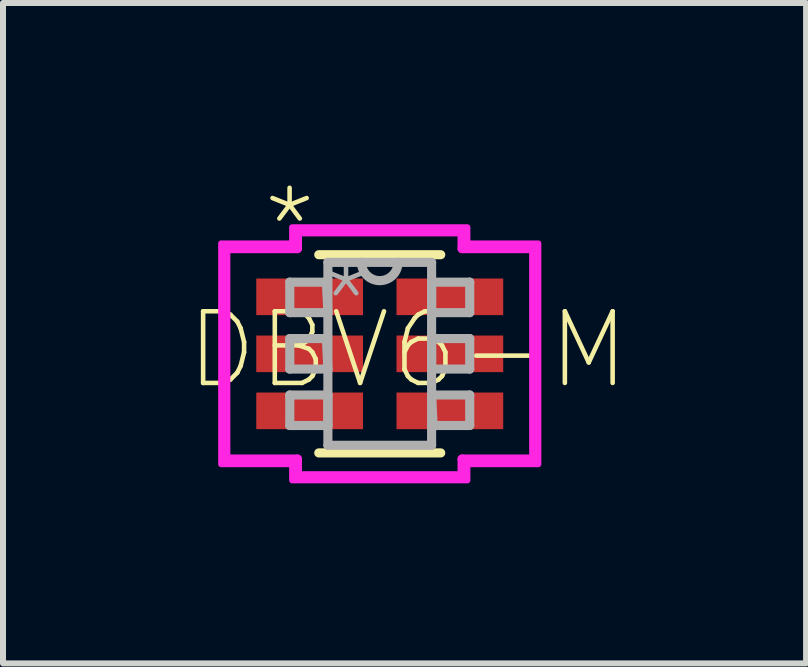
<source format=kicad_pcb>
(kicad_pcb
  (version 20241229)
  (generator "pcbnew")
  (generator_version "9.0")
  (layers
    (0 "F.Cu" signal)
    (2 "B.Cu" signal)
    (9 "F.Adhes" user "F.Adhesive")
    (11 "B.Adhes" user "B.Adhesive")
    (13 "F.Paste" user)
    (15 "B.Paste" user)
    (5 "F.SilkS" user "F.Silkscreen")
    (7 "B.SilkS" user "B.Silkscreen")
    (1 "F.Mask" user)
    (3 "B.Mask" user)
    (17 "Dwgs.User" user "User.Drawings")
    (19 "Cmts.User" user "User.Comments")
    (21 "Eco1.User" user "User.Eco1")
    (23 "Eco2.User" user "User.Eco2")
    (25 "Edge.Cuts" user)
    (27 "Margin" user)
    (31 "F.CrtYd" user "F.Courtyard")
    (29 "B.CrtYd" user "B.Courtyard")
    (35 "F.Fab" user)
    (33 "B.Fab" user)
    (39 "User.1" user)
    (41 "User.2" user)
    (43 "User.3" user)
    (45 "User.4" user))
  (footprint "DBV6-M"
    (layer "F.Cu")
    (at 3.277 2.845)
    (property "Reference" "DBV6-M" (at -3.277 0.635 0) (layer "F.SilkS") (effects (font (size 1.194 1.194) (thickness 0.076)) (justify left bottom)))
    (fp_line (start -1.016 1.651) (end 1.016 1.651) (stroke (width 0.152) (type solid)) (layer "F.SilkS"))
    (fp_line (start 1.016 -1.651) (end -1.016 -1.651) (stroke (width 0.152) (type solid)) (layer "F.SilkS"))
    (fp_line (start -2.565 -1.753) (end -1.372 -1.753) (stroke (width 0.152) (type solid)) (layer "F.CrtYd"))
    (fp_line (start -2.565 1.753) (end -2.565 -1.753) (stroke (width 0.152) (type solid)) (layer "F.CrtYd"))
    (fp_line (start -2.565 1.753) (end -1.372 1.753) (stroke (width 0.152) (type solid)) (layer "F.CrtYd"))
    (fp_line (start -1.372 -2.032) (end 1.372 -2.032) (stroke (width 0.152) (type solid)) (layer "F.CrtYd"))
    (fp_line (start -1.372 -1.753) (end -1.372 -2.032) (stroke (width 0.152) (type solid)) (layer "F.CrtYd"))
    (fp_line (start -1.372 2.032) (end -1.372 1.753) (stroke (width 0.152) (type solid)) (layer "F.CrtYd"))
    (fp_line (start 1.372 -2.032) (end 1.372 -1.753) (stroke (width 0.152) (type solid)) (layer "F.CrtYd"))
    (fp_line (start 1.372 1.753) (end 1.372 2.032) (stroke (width 0.152) (type solid)) (layer "F.CrtYd"))
    (fp_line (start 1.372 2.032) (end -1.372 2.032) (stroke (width 0.152) (type solid)) (layer "F.CrtYd"))
    (fp_line (start 2.565 -1.753) (end 1.372 -1.753) (stroke (width 0.152) (type solid)) (layer "F.CrtYd"))
    (fp_line (start 2.565 -1.753) (end 2.565 1.753) (stroke (width 0.152) (type solid)) (layer "F.CrtYd"))
    (fp_line (start 2.565 1.753) (end 1.372 1.753) (stroke (width 0.152) (type solid)) (layer "F.CrtYd"))
    (fp_poly (pts (xy 1.46 -1.839) (xy 2.642 -1.839) (xy 2.642 1.839) (xy 1.46 1.839) (xy 1.46 2.108) (xy -1.46 2.108) (xy -1.46 1.839) (xy -2.642 1.839) (xy -2.642 -1.839) (xy -1.46 -1.839) (xy -1.46 -2.108) (xy 1.46 -2.108)) (stroke (width 0.1) (type default)) (fill no) (layer "F.CrtYd"))
    (fp_line (start -1.499 -1.194) (end -1.499 -0.686) (stroke (width 0.152) (type solid)) (layer "F.Fab"))
    (fp_line (start -1.499 -0.686) (end -0.864 -0.686) (stroke (width 0.152) (type solid)) (layer "F.Fab"))
    (fp_line (start -1.499 -0.254) (end -1.499 0.254) (stroke (width 0.152) (type solid)) (layer "F.Fab"))
    (fp_line (start -1.499 0.254) (end -0.864 0.254) (stroke (width 0.152) (type solid)) (layer "F.Fab"))
    (fp_line (start -1.499 0.686) (end -1.499 1.194) (stroke (width 0.152) (type solid)) (layer "F.Fab"))
    (fp_line (start -1.499 1.194) (end -0.864 1.194) (stroke (width 0.152) (type solid)) (layer "F.Fab"))
    (fp_line (start -0.889 -1.194) (end -1.499 -1.194) (stroke (width 0.152) (type solid)) (layer "F.Fab"))
    (fp_line (start -0.889 -0.254) (end -1.499 -0.254) (stroke (width 0.152) (type solid)) (layer "F.Fab"))
    (fp_line (start -0.864 -1.524) (end -0.864 1.524) (stroke (width 0.152) (type solid)) (layer "F.Fab"))
    (fp_line (start -0.864 -0.686) (end -0.889 -1.194) (stroke (width 0.152) (type solid)) (layer "F.Fab"))
    (fp_line (start -0.864 0.254) (end -0.889 -0.254) (stroke (width 0.152) (type solid)) (layer "F.Fab"))
    (fp_line (start -0.864 0.686) (end -1.499 0.686) (stroke (width 0.152) (type solid)) (layer "F.Fab"))
    (fp_line (start -0.864 1.194) (end -0.864 0.686) (stroke (width 0.152) (type solid)) (layer "F.Fab"))
    (fp_line (start -0.864 1.524) (end 0.864 1.524) (stroke (width 0.152) (type solid)) (layer "F.Fab"))
    (fp_line (start -0.305 -1.524) (end -0.864 -1.524) (stroke (width 0.152) (type solid)) (layer "F.Fab"))
    (fp_line (start 0.305 -1.524) (end -0.305 -1.524) (stroke (width 0.152) (type solid)) (layer "F.Fab"))
    (fp_line (start 0.864 -1.524) (end 0.305 -1.524) (stroke (width 0.152) (type solid)) (layer "F.Fab"))
    (fp_line (start 0.864 -1.194) (end 0.864 -0.686) (stroke (width 0.152) (type solid)) (layer "F.Fab"))
    (fp_line (start 0.864 -0.686) (end 1.499 -0.686) (stroke (width 0.152) (type solid)) (layer "F.Fab"))
    (fp_line (start 0.864 -0.254) (end 0.864 0.254) (stroke (width 0.152) (type solid)) (layer "F.Fab"))
    (fp_line (start 0.864 0.254) (end 1.499 0.254) (stroke (width 0.152) (type solid)) (layer "F.Fab"))
    (fp_line (start 0.864 0.686) (end 0.889 1.194) (stroke (width 0.152) (type solid)) (layer "F.Fab"))
    (fp_line (start 0.864 1.524) (end 0.864 -1.524) (stroke (width 0.152) (type solid)) (layer "F.Fab"))
    (fp_line (start 0.889 1.194) (end 1.499 1.194) (stroke (width 0.152) (type solid)) (layer "F.Fab"))
    (fp_line (start 1.499 -1.194) (end 0.864 -1.194) (stroke (width 0.152) (type solid)) (layer "F.Fab"))
    (fp_line (start 1.499 -0.686) (end 1.499 -1.194) (stroke (width 0.152) (type solid)) (layer "F.Fab"))
    (fp_line (start 1.499 -0.254) (end 0.864 -0.254) (stroke (width 0.152) (type solid)) (layer "F.Fab"))
    (fp_line (start 1.499 0.254) (end 1.499 -0.254) (stroke (width 0.152) (type solid)) (layer "F.Fab"))
    (fp_line (start 1.499 0.686) (end 0.864 0.686) (stroke (width 0.152) (type solid)) (layer "F.Fab"))
    (fp_line (start 1.499 1.194) (end 1.499 0.686) (stroke (width 0.152) (type solid)) (layer "F.Fab"))
    (fp_arc (start 0.3048 -1.524) (mid 0 -1.2192) (end -0.3048 -1.524) (stroke (width 0.1524) (type solid)) (layer "F.Fab"))
    (fp_text user "*" (at -2.007 -1.422 0) (layer "F.SilkS") (effects (font (size 1.194 1.194) (thickness 0.076)) (justify left bottom)))
    (fp_text user "*" (at -1.067 -0.178 0) (layer "F.Fab") (effects (font (size 1.194 1.194) (thickness 0.076)) (justify left bottom)))
    (pad "1" smd rect (at -1.168 -0.95) (size 1.778 0.61) (layers "F.Cu" "F.Mask" "F.Paste"))
    (pad "2" smd rect (at -1.168 0) (size 1.778 0.61) (layers "F.Cu" "F.Mask" "F.Paste"))
    (pad "3" smd rect (at -1.168 0.95) (size 1.778 0.61) (layers "F.Cu" "F.Mask" "F.Paste"))
    (pad "4" smd rect (at 1.168 0.95) (size 1.778 0.61) (layers "F.Cu" "F.Mask" "F.Paste"))
    (pad "5" smd rect (at 1.168 0) (size 1.778 0.61) (layers "F.Cu" "F.Mask" "F.Paste"))
    (pad "6" smd rect (at 1.168 -0.95) (size 1.778 0.61) (layers "F.Cu" "F.Mask" "F.Paste")))
  (gr_rect
    (start -3 -3)
    (end 10.38 8.003)
    (stroke (width 0.1) (type default))
    (fill no)
    (layer "Edge.Cuts")))
</source>
